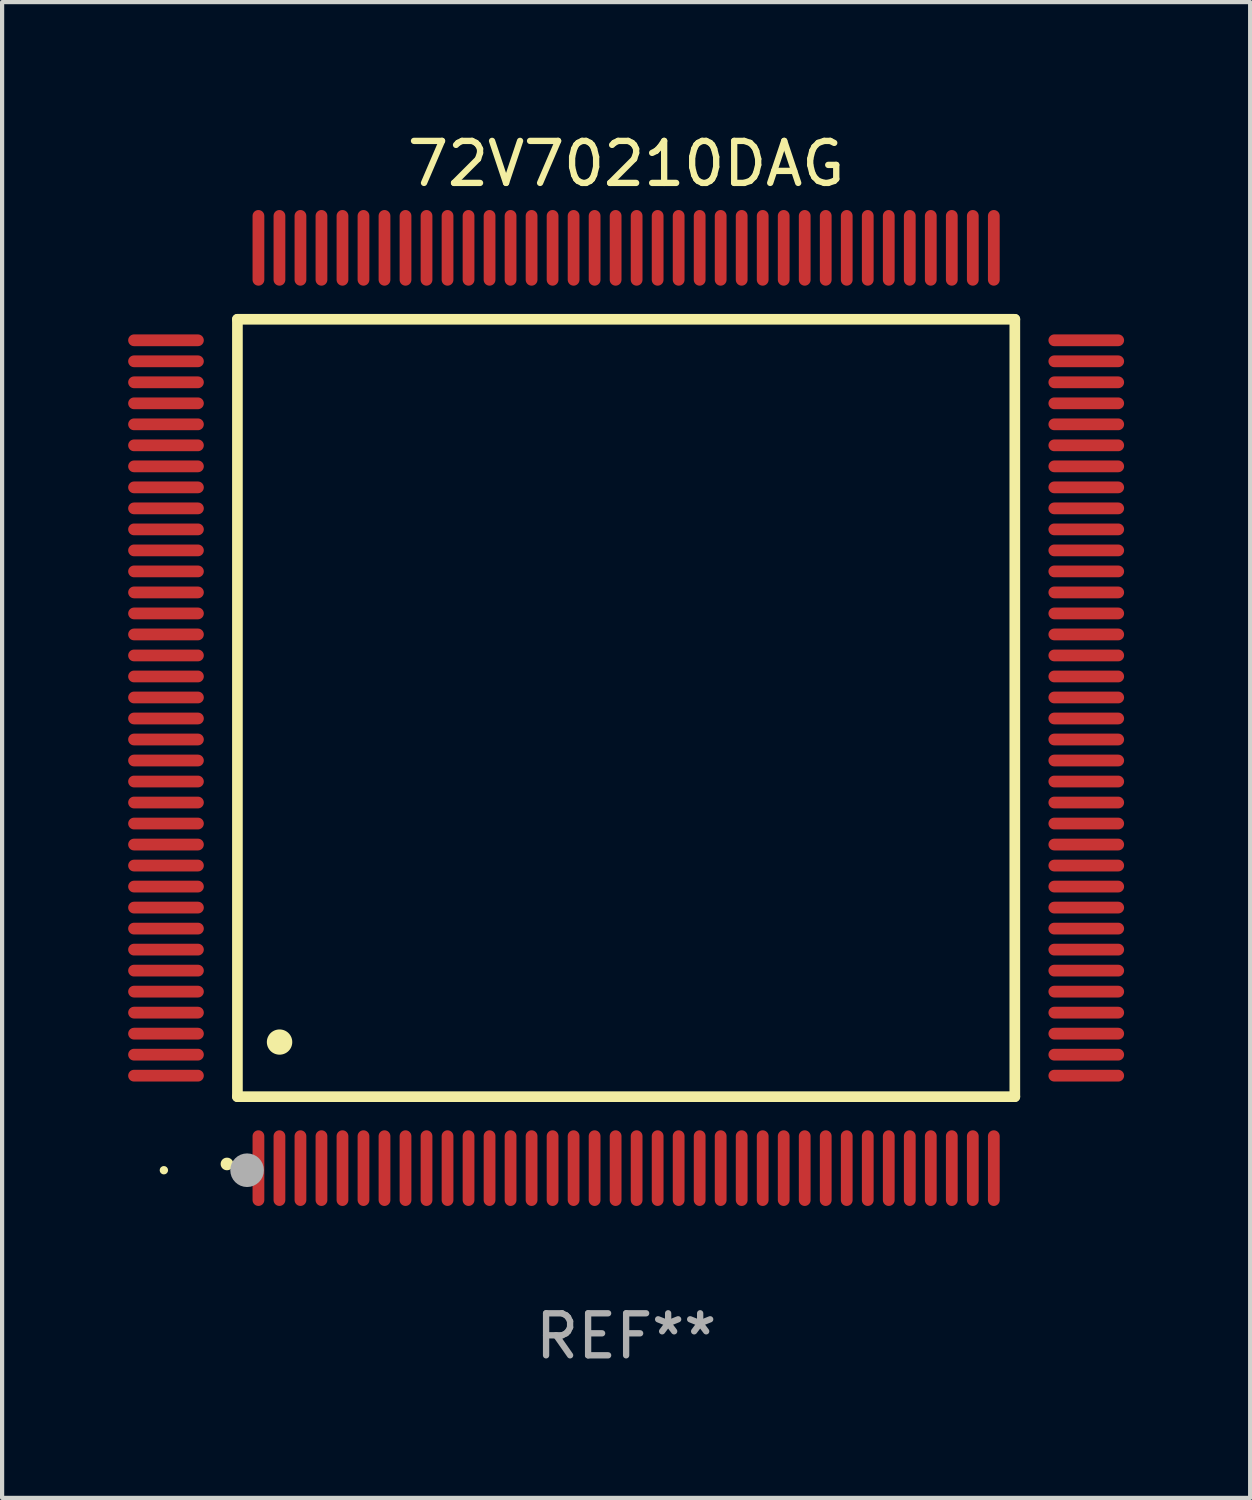
<source format=kicad_pcb>
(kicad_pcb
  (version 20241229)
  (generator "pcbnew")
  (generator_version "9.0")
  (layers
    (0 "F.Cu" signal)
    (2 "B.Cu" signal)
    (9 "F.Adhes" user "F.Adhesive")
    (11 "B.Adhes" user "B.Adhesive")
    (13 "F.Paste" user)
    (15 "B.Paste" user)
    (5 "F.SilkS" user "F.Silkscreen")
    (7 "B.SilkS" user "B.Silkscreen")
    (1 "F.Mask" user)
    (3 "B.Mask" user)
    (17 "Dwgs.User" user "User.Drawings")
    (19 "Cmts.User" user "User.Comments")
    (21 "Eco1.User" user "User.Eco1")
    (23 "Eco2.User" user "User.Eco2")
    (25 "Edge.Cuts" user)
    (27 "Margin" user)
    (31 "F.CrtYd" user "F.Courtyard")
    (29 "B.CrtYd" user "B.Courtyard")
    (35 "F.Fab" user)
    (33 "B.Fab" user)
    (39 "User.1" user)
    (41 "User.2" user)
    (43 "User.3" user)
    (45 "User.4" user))
  (footprint "72V70210DAG"
    (layer "F.Cu")
    (at 11.85 13.798)
    (property "Reference" "72V70210DAG" (at 0 -12.95 0) (layer "F.SilkS") (effects (font (size 1 1) (thickness 0.15))))
    (attr through_hole)
    (fp_line (start -9.25 -9.25) (end -9.25 9.25) (stroke (width 0.254) (type solid)) (layer "F.SilkS"))
    (fp_line (start -9.25 9.25) (end 9.25 9.25) (stroke (width 0.254) (type solid)) (layer "F.SilkS"))
    (fp_line (start 9.25 -9.25) (end -9.25 -9.25) (stroke (width 0.254) (type solid)) (layer "F.SilkS"))
    (fp_line (start 9.25 9.25) (end 9.25 -9.25) (stroke (width 0.254) (type solid)) (layer "F.SilkS"))
    (fp_arc (start -9.499619 10.850902) (mid -9.498349 10.850897) (end -9.497079 10.850902) (stroke (width 0.3) (type solid)) (layer "F.SilkS"))
    (fp_arc (start -8.249936 7.950216) (mid -8.247396 7.950205) (end -8.244856 7.950216) (stroke (width 0.6) (type solid)) (layer "F.SilkS"))
    (fp_circle (center -11 11) (end -10.95 11) (stroke (width 0.1) (type solid)) (fill no) (layer "F.SilkS"))
    (fp_circle (center -9.02 11) (end -8.82 11) (stroke (width 0.4) (type solid)) (fill no) (layer "F.Fab"))
    (fp_text user "REF**" (at 0 14.95 0) (layer "F.Fab") (effects (font (size 1 1) (thickness 0.15))))
    (pad "1" smd oval (at -8.75 10.95) (size 0.28 1.8) (layers "F.Cu" "F.Mask" "F.Paste"))
    (pad "2" smd oval (at -8.25 10.95) (size 0.28 1.8) (layers "F.Cu" "F.Mask" "F.Paste"))
    (pad "3" smd oval (at -7.75 10.95) (size 0.28 1.8) (layers "F.Cu" "F.Mask" "F.Paste"))
    (pad "4" smd oval (at -7.25 10.95) (size 0.28 1.8) (layers "F.Cu" "F.Mask" "F.Paste"))
    (pad "5" smd oval (at -6.75 10.95) (size 0.28 1.8) (layers "F.Cu" "F.Mask" "F.Paste"))
    (pad "6" smd oval (at -6.25 10.95) (size 0.28 1.8) (layers "F.Cu" "F.Mask" "F.Paste"))
    (pad "7" smd oval (at -5.75 10.95) (size 0.28 1.8) (layers "F.Cu" "F.Mask" "F.Paste"))
    (pad "8" smd oval (at -5.25 10.95) (size 0.28 1.8) (layers "F.Cu" "F.Mask" "F.Paste"))
    (pad "9" smd oval (at -4.75 10.95) (size 0.28 1.8) (layers "F.Cu" "F.Mask" "F.Paste"))
    (pad "10" smd oval (at -4.25 10.95) (size 0.28 1.8) (layers "F.Cu" "F.Mask" "F.Paste"))
    (pad "11" smd oval (at -3.75 10.95) (size 0.28 1.8) (layers "F.Cu" "F.Mask" "F.Paste"))
    (pad "12" smd oval (at -3.25 10.95) (size 0.28 1.8) (layers "F.Cu" "F.Mask" "F.Paste"))
    (pad "13" smd oval (at -2.75 10.95) (size 0.28 1.8) (layers "F.Cu" "F.Mask" "F.Paste"))
    (pad "14" smd oval (at -2.25 10.95) (size 0.28 1.8) (layers "F.Cu" "F.Mask" "F.Paste"))
    (pad "15" smd oval (at -1.75 10.95) (size 0.28 1.8) (layers "F.Cu" "F.Mask" "F.Paste"))
    (pad "16" smd oval (at -1.25 10.95) (size 0.28 1.8) (layers "F.Cu" "F.Mask" "F.Paste"))
    (pad "17" smd oval (at -0.75 10.95) (size 0.28 1.8) (layers "F.Cu" "F.Mask" "F.Paste"))
    (pad "18" smd oval (at -0.25 10.95) (size 0.28 1.8) (layers "F.Cu" "F.Mask" "F.Paste"))
    (pad "19" smd oval (at 0.25 10.95) (size 0.28 1.8) (layers "F.Cu" "F.Mask" "F.Paste"))
    (pad "20" smd oval (at 0.75 10.95) (size 0.28 1.8) (layers "F.Cu" "F.Mask" "F.Paste"))
    (pad "21" smd oval (at 1.25 10.95) (size 0.28 1.8) (layers "F.Cu" "F.Mask" "F.Paste"))
    (pad "22" smd oval (at 1.75 10.95) (size 0.28 1.8) (layers "F.Cu" "F.Mask" "F.Paste"))
    (pad "23" smd oval (at 2.25 10.95) (size 0.28 1.8) (layers "F.Cu" "F.Mask" "F.Paste"))
    (pad "24" smd oval (at 2.75 10.95) (size 0.28 1.8) (layers "F.Cu" "F.Mask" "F.Paste"))
    (pad "25" smd oval (at 3.25 10.95) (size 0.28 1.8) (layers "F.Cu" "F.Mask" "F.Paste"))
    (pad "26" smd oval (at 3.75 10.95) (size 0.28 1.8) (layers "F.Cu" "F.Mask" "F.Paste"))
    (pad "27" smd oval (at 4.25 10.95) (size 0.28 1.8) (layers "F.Cu" "F.Mask" "F.Paste"))
    (pad "28" smd oval (at 4.75 10.95) (size 0.28 1.8) (layers "F.Cu" "F.Mask" "F.Paste"))
    (pad "29" smd oval (at 5.25 10.95) (size 0.28 1.8) (layers "F.Cu" "F.Mask" "F.Paste"))
    (pad "30" smd oval (at 5.75 10.95) (size 0.28 1.8) (layers "F.Cu" "F.Mask" "F.Paste"))
    (pad "31" smd oval (at 6.25 10.95) (size 0.28 1.8) (layers "F.Cu" "F.Mask" "F.Paste"))
    (pad "32" smd oval (at 6.75 10.95) (size 0.28 1.8) (layers "F.Cu" "F.Mask" "F.Paste"))
    (pad "33" smd oval (at 7.25 10.95) (size 0.28 1.8) (layers "F.Cu" "F.Mask" "F.Paste"))
    (pad "34" smd oval (at 7.75 10.95) (size 0.28 1.8) (layers "F.Cu" "F.Mask" "F.Paste"))
    (pad "35" smd oval (at 8.25 10.95) (size 0.28 1.8) (layers "F.Cu" "F.Mask" "F.Paste"))
    (pad "36" smd oval (at 8.75 10.95) (size 0.28 1.8) (layers "F.Cu" "F.Mask" "F.Paste"))
    (pad "37" smd oval (at 10.95 8.75) (size 1.8 0.28) (layers "F.Cu" "F.Mask" "F.Paste"))
    (pad "38" smd oval (at 10.95 8.25) (size 1.8 0.28) (layers "F.Cu" "F.Mask" "F.Paste"))
    (pad "39" smd oval (at 10.95 7.75) (size 1.8 0.28) (layers "F.Cu" "F.Mask" "F.Paste"))
    (pad "40" smd oval (at 10.95 7.25) (size 1.8 0.28) (layers "F.Cu" "F.Mask" "F.Paste"))
    (pad "41" smd oval (at 10.95 6.75) (size 1.8 0.28) (layers "F.Cu" "F.Mask" "F.Paste"))
    (pad "42" smd oval (at 10.95 6.25) (size 1.8 0.28) (layers "F.Cu" "F.Mask" "F.Paste"))
    (pad "43" smd oval (at 10.95 5.75) (size 1.8 0.28) (layers "F.Cu" "F.Mask" "F.Paste"))
    (pad "44" smd oval (at 10.95 5.25) (size 1.8 0.28) (layers "F.Cu" "F.Mask" "F.Paste"))
    (pad "45" smd oval (at 10.95 4.75) (size 1.8 0.28) (layers "F.Cu" "F.Mask" "F.Paste"))
    (pad "46" smd oval (at 10.95 4.25) (size 1.8 0.28) (layers "F.Cu" "F.Mask" "F.Paste"))
    (pad "47" smd oval (at 10.95 3.75) (size 1.8 0.28) (layers "F.Cu" "F.Mask" "F.Paste"))
    (pad "48" smd oval (at 10.95 3.25) (size 1.8 0.28) (layers "F.Cu" "F.Mask" "F.Paste"))
    (pad "49" smd oval (at 10.95 2.75) (size 1.8 0.28) (layers "F.Cu" "F.Mask" "F.Paste"))
    (pad "50" smd oval (at 10.95 2.25) (size 1.8 0.28) (layers "F.Cu" "F.Mask" "F.Paste"))
    (pad "51" smd oval (at 10.95 1.75) (size 1.8 0.28) (layers "F.Cu" "F.Mask" "F.Paste"))
    (pad "52" smd oval (at 10.95 1.25) (size 1.8 0.28) (layers "F.Cu" "F.Mask" "F.Paste"))
    (pad "53" smd oval (at 10.95 0.75) (size 1.8 0.28) (layers "F.Cu" "F.Mask" "F.Paste"))
    (pad "54" smd oval (at 10.95 0.25) (size 1.8 0.28) (layers "F.Cu" "F.Mask" "F.Paste"))
    (pad "55" smd oval (at 10.95 -0.25) (size 1.8 0.28) (layers "F.Cu" "F.Mask" "F.Paste"))
    (pad "56" smd oval (at 10.95 -0.75) (size 1.8 0.28) (layers "F.Cu" "F.Mask" "F.Paste"))
    (pad "57" smd oval (at 10.95 -1.25) (size 1.8 0.28) (layers "F.Cu" "F.Mask" "F.Paste"))
    (pad "58" smd oval (at 10.95 -1.75) (size 1.8 0.28) (layers "F.Cu" "F.Mask" "F.Paste"))
    (pad "59" smd oval (at 10.95 -2.25) (size 1.8 0.28) (layers "F.Cu" "F.Mask" "F.Paste"))
    (pad "60" smd oval (at 10.95 -2.75) (size 1.8 0.28) (layers "F.Cu" "F.Mask" "F.Paste"))
    (pad "61" smd oval (at 10.95 -3.25) (size 1.8 0.28) (layers "F.Cu" "F.Mask" "F.Paste"))
    (pad "62" smd oval (at 10.95 -3.75) (size 1.8 0.28) (layers "F.Cu" "F.Mask" "F.Paste"))
    (pad "63" smd oval (at 10.95 -4.25) (size 1.8 0.28) (layers "F.Cu" "F.Mask" "F.Paste"))
    (pad "64" smd oval (at 10.95 -4.75) (size 1.8 0.28) (layers "F.Cu" "F.Mask" "F.Paste"))
    (pad "65" smd oval (at 10.95 -5.25) (size 1.8 0.28) (layers "F.Cu" "F.Mask" "F.Paste"))
    (pad "66" smd oval (at 10.95 -5.75) (size 1.8 0.28) (layers "F.Cu" "F.Mask" "F.Paste"))
    (pad "67" smd oval (at 10.95 -6.25) (size 1.8 0.28) (layers "F.Cu" "F.Mask" "F.Paste"))
    (pad "68" smd oval (at 10.95 -6.75) (size 1.8 0.28) (layers "F.Cu" "F.Mask" "F.Paste"))
    (pad "69" smd oval (at 10.95 -7.25) (size 1.8 0.28) (layers "F.Cu" "F.Mask" "F.Paste"))
    (pad "70" smd oval (at 10.95 -7.75) (size 1.8 0.28) (layers "F.Cu" "F.Mask" "F.Paste"))
    (pad "71" smd oval (at 10.95 -8.25) (size 1.8 0.28) (layers "F.Cu" "F.Mask" "F.Paste"))
    (pad "72" smd oval (at 10.95 -8.75) (size 1.8 0.28) (layers "F.Cu" "F.Mask" "F.Paste"))
    (pad "73" smd oval (at 8.75 -10.95) (size 0.28 1.8) (layers "F.Cu" "F.Mask" "F.Paste"))
    (pad "74" smd oval (at 8.25 -10.95) (size 0.28 1.8) (layers "F.Cu" "F.Mask" "F.Paste"))
    (pad "75" smd oval (at 7.75 -10.95) (size 0.28 1.8) (layers "F.Cu" "F.Mask" "F.Paste"))
    (pad "76" smd oval (at 7.25 -10.95) (size 0.28 1.8) (layers "F.Cu" "F.Mask" "F.Paste"))
    (pad "77" smd oval (at 6.75 -10.95) (size 0.28 1.8) (layers "F.Cu" "F.Mask" "F.Paste"))
    (pad "78" smd oval (at 6.25 -10.95) (size 0.28 1.8) (layers "F.Cu" "F.Mask" "F.Paste"))
    (pad "79" smd oval (at 5.75 -10.95) (size 0.28 1.8) (layers "F.Cu" "F.Mask" "F.Paste"))
    (pad "80" smd oval (at 5.25 -10.95) (size 0.28 1.8) (layers "F.Cu" "F.Mask" "F.Paste"))
    (pad "81" smd oval (at 4.75 -10.95) (size 0.28 1.8) (layers "F.Cu" "F.Mask" "F.Paste"))
    (pad "82" smd oval (at 4.25 -10.95) (size 0.28 1.8) (layers "F.Cu" "F.Mask" "F.Paste"))
    (pad "83" smd oval (at 3.75 -10.95) (size 0.28 1.8) (layers "F.Cu" "F.Mask" "F.Paste"))
    (pad "84" smd oval (at 3.25 -10.95) (size 0.28 1.8) (layers "F.Cu" "F.Mask" "F.Paste"))
    (pad "85" smd oval (at 2.75 -10.95) (size 0.28 1.8) (layers "F.Cu" "F.Mask" "F.Paste"))
    (pad "86" smd oval (at 2.25 -10.95) (size 0.28 1.8) (layers "F.Cu" "F.Mask" "F.Paste"))
    (pad "87" smd oval (at 1.75 -10.95) (size 0.28 1.8) (layers "F.Cu" "F.Mask" "F.Paste"))
    (pad "88" smd oval (at 1.25 -10.95) (size 0.28 1.8) (layers "F.Cu" "F.Mask" "F.Paste"))
    (pad "89" smd oval (at 0.75 -10.95) (size 0.28 1.8) (layers "F.Cu" "F.Mask" "F.Paste"))
    (pad "90" smd oval (at 0.25 -10.95) (size 0.28 1.8) (layers "F.Cu" "F.Mask" "F.Paste"))
    (pad "91" smd oval (at -0.25 -10.95) (size 0.28 1.8) (layers "F.Cu" "F.Mask" "F.Paste"))
    (pad "92" smd oval (at -0.75 -10.95) (size 0.28 1.8) (layers "F.Cu" "F.Mask" "F.Paste"))
    (pad "93" smd oval (at -1.25 -10.95) (size 0.28 1.8) (layers "F.Cu" "F.Mask" "F.Paste"))
    (pad "94" smd oval (at -1.75 -10.95) (size 0.28 1.8) (layers "F.Cu" "F.Mask" "F.Paste"))
    (pad "95" smd oval (at -2.25 -10.95) (size 0.28 1.8) (layers "F.Cu" "F.Mask" "F.Paste"))
    (pad "96" smd oval (at -2.75 -10.95) (size 0.28 1.8) (layers "F.Cu" "F.Mask" "F.Paste"))
    (pad "97" smd oval (at -3.25 -10.95) (size 0.28 1.8) (layers "F.Cu" "F.Mask" "F.Paste"))
    (pad "98" smd oval (at -3.75 -10.95) (size 0.28 1.8) (layers "F.Cu" "F.Mask" "F.Paste"))
    (pad "99" smd oval (at -4.25 -10.95) (size 0.28 1.8) (layers "F.Cu" "F.Mask" "F.Paste"))
    (pad "100" smd oval (at -4.75 -10.95) (size 0.28 1.8) (layers "F.Cu" "F.Mask" "F.Paste"))
    (pad "101" smd oval (at -5.25 -10.95) (size 0.28 1.8) (layers "F.Cu" "F.Mask" "F.Paste"))
    (pad "102" smd oval (at -5.75 -10.95) (size 0.28 1.8) (layers "F.Cu" "F.Mask" "F.Paste"))
    (pad "103" smd oval (at -6.25 -10.95) (size 0.28 1.8) (layers "F.Cu" "F.Mask" "F.Paste"))
    (pad "104" smd oval (at -6.75 -10.95) (size 0.28 1.8) (layers "F.Cu" "F.Mask" "F.Paste"))
    (pad "105" smd oval (at -7.25 -10.95) (size 0.28 1.8) (layers "F.Cu" "F.Mask" "F.Paste"))
    (pad "106" smd oval (at -7.75 -10.95) (size 0.28 1.8) (layers "F.Cu" "F.Mask" "F.Paste"))
    (pad "107" smd oval (at -8.25 -10.95) (size 0.28 1.8) (layers "F.Cu" "F.Mask" "F.Paste"))
    (pad "108" smd oval (at -8.75 -10.95) (size 0.28 1.8) (layers "F.Cu" "F.Mask" "F.Paste"))
    (pad "109" smd oval (at -10.95 -8.75) (size 1.8 0.28) (layers "F.Cu" "F.Mask" "F.Paste"))
    (pad "110" smd oval (at -10.95 -8.25) (size 1.8 0.28) (layers "F.Cu" "F.Mask" "F.Paste"))
    (pad "111" smd oval (at -10.95 -7.75) (size 1.8 0.28) (layers "F.Cu" "F.Mask" "F.Paste"))
    (pad "112" smd oval (at -10.95 -7.25) (size 1.8 0.28) (layers "F.Cu" "F.Mask" "F.Paste"))
    (pad "113" smd oval (at -10.95 -6.75) (size 1.8 0.28) (layers "F.Cu" "F.Mask" "F.Paste"))
    (pad "114" smd oval (at -10.95 -6.25) (size 1.8 0.28) (layers "F.Cu" "F.Mask" "F.Paste"))
    (pad "115" smd oval (at -10.95 -5.75) (size 1.8 0.28) (layers "F.Cu" "F.Mask" "F.Paste"))
    (pad "116" smd oval (at -10.95 -5.25) (size 1.8 0.28) (layers "F.Cu" "F.Mask" "F.Paste"))
    (pad "117" smd oval (at -10.95 -4.75) (size 1.8 0.28) (layers "F.Cu" "F.Mask" "F.Paste"))
    (pad "118" smd oval (at -10.95 -4.25) (size 1.8 0.28) (layers "F.Cu" "F.Mask" "F.Paste"))
    (pad "119" smd oval (at -10.95 -3.75) (size 1.8 0.28) (layers "F.Cu" "F.Mask" "F.Paste"))
    (pad "120" smd oval (at -10.95 -3.25) (size 1.8 0.28) (layers "F.Cu" "F.Mask" "F.Paste"))
    (pad "121" smd oval (at -10.95 -2.75) (size 1.8 0.28) (layers "F.Cu" "F.Mask" "F.Paste"))
    (pad "122" smd oval (at -10.95 -2.25) (size 1.8 0.28) (layers "F.Cu" "F.Mask" "F.Paste"))
    (pad "123" smd oval (at -10.95 -1.75) (size 1.8 0.28) (layers "F.Cu" "F.Mask" "F.Paste"))
    (pad "124" smd oval (at -10.95 -1.25) (size 1.8 0.28) (layers "F.Cu" "F.Mask" "F.Paste"))
    (pad "125" smd oval (at -10.95 -0.75) (size 1.8 0.28) (layers "F.Cu" "F.Mask" "F.Paste"))
    (pad "126" smd oval (at -10.95 -0.25) (size 1.8 0.28) (layers "F.Cu" "F.Mask" "F.Paste"))
    (pad "127" smd oval (at -10.95 0.25) (size 1.8 0.28) (layers "F.Cu" "F.Mask" "F.Paste"))
    (pad "128" smd oval (at -10.95 0.75) (size 1.8 0.28) (layers "F.Cu" "F.Mask" "F.Paste"))
    (pad "129" smd oval (at -10.95 1.25) (size 1.8 0.28) (layers "F.Cu" "F.Mask" "F.Paste"))
    (pad "130" smd oval (at -10.95 1.75) (size 1.8 0.28) (layers "F.Cu" "F.Mask" "F.Paste"))
    (pad "131" smd oval (at -10.95 2.25) (size 1.8 0.28) (layers "F.Cu" "F.Mask" "F.Paste"))
    (pad "132" smd oval (at -10.95 2.75) (size 1.8 0.28) (layers "F.Cu" "F.Mask" "F.Paste"))
    (pad "133" smd oval (at -10.95 3.25) (size 1.8 0.28) (layers "F.Cu" "F.Mask" "F.Paste"))
    (pad "134" smd oval (at -10.95 3.75) (size 1.8 0.28) (layers "F.Cu" "F.Mask" "F.Paste"))
    (pad "135" smd oval (at -10.95 4.25) (size 1.8 0.28) (layers "F.Cu" "F.Mask" "F.Paste"))
    (pad "136" smd oval (at -10.95 4.75) (size 1.8 0.28) (layers "F.Cu" "F.Mask" "F.Paste"))
    (pad "137" smd oval (at -10.95 5.25) (size 1.8 0.28) (layers "F.Cu" "F.Mask" "F.Paste"))
    (pad "138" smd oval (at -10.95 5.75) (size 1.8 0.28) (layers "F.Cu" "F.Mask" "F.Paste"))
    (pad "139" smd oval (at -10.95 6.25) (size 1.8 0.28) (layers "F.Cu" "F.Mask" "F.Paste"))
    (pad "140" smd oval (at -10.95 6.75) (size 1.8 0.28) (layers "F.Cu" "F.Mask" "F.Paste"))
    (pad "141" smd oval (at -10.95 7.25) (size 1.8 0.28) (layers "F.Cu" "F.Mask" "F.Paste"))
    (pad "142" smd oval (at -10.95 7.75) (size 1.8 0.28) (layers "F.Cu" "F.Mask" "F.Paste"))
    (pad "143" smd oval (at -10.95 8.25) (size 1.8 0.28) (layers "F.Cu" "F.Mask" "F.Paste"))
    (pad "144" smd oval (at -10.95 8.75) (size 1.8 0.28) (layers "F.Cu" "F.Mask" "F.Paste")))
  (gr_rect
    (start -3 -3)
    (end 26.7 32.596)
    (stroke (width 0.1) (type default))
    (fill no)
    (layer "Edge.Cuts")))
</source>
